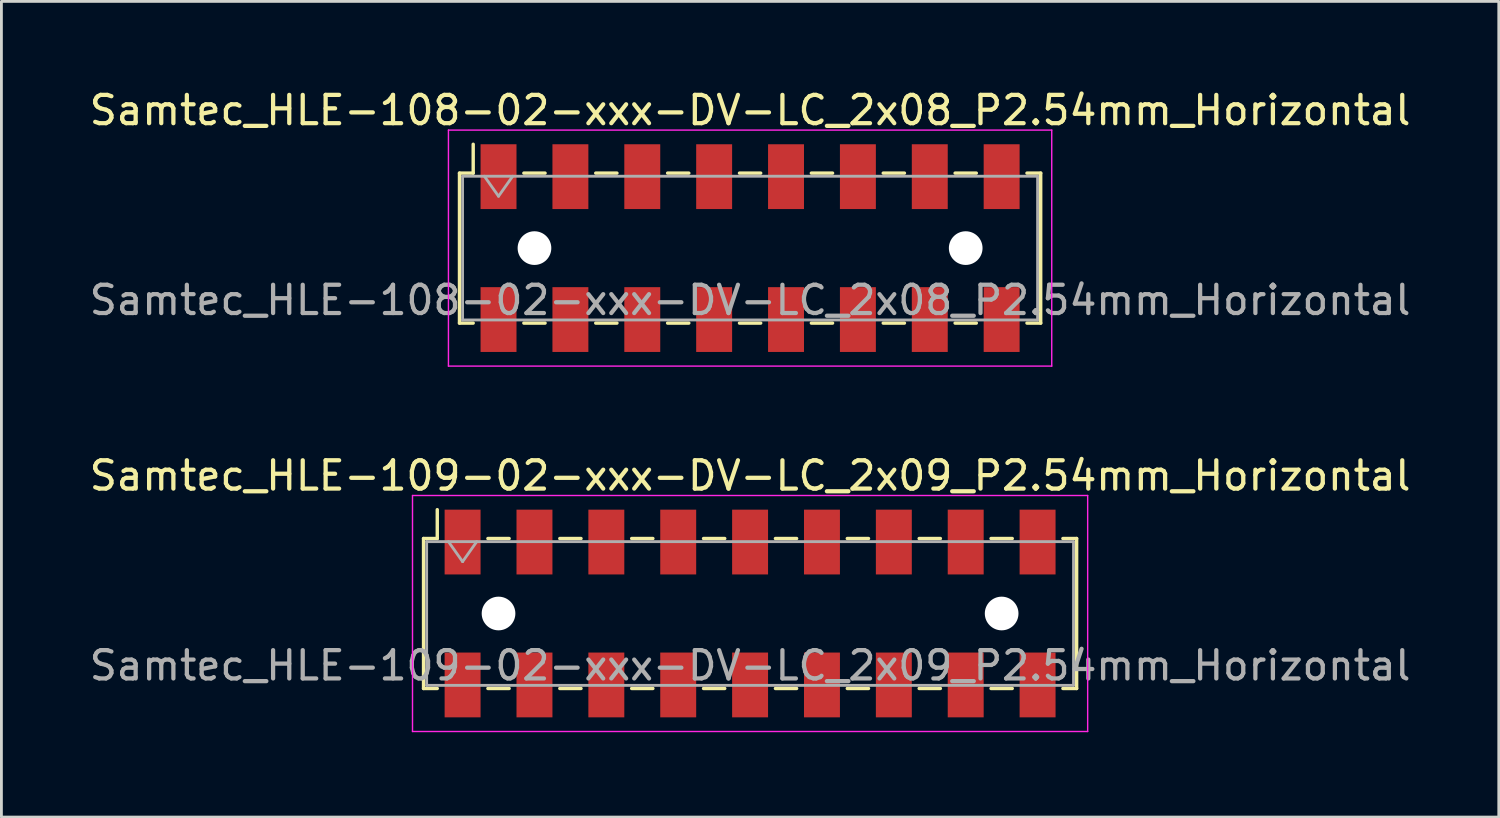
<source format=kicad_pcb>
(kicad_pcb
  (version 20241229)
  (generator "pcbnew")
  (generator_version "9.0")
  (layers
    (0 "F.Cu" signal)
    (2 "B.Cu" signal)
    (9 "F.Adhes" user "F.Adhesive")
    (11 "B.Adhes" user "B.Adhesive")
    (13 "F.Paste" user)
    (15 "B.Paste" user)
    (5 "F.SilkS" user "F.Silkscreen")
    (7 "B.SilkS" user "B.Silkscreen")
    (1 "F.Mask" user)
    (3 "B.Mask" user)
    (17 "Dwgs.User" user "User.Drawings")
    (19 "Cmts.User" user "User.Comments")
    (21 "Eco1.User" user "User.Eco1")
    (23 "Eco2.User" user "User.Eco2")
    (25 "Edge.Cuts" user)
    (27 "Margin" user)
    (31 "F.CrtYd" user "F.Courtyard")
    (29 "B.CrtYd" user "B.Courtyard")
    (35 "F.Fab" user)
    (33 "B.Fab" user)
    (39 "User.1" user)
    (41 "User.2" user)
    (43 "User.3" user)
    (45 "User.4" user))
  (footprint "Samtec_HLE-109-02-xxx-DV-LC_2x09_P2.54mm_Horizontal"
    (layer "F.Cu")
    (at 23.458 18.631)
    (property "Reference" "Samtec_HLE-109-02-xxx-DV-LC_2x09_P2.54mm_Horizontal" (at 0 -4.87 0) (layer "F.SilkS") (effects (font (size 1 1) (thickness 0.15))))
    (attr smd)
    (fp_line (start -11.54 -2.65) (end -11.54 2.65) (stroke (width 0.12) (type solid)) (layer "F.SilkS"))
    (fp_line (start -11.54 2.65) (end -11.055 2.65) (stroke (width 0.12) (type solid)) (layer "F.SilkS"))
    (fp_line (start -11.055 -3.67) (end -11.055 -2.65) (stroke (width 0.12) (type solid)) (layer "F.SilkS"))
    (fp_line (start -11.055 -2.65) (end -11.54 -2.65) (stroke (width 0.12) (type solid)) (layer "F.SilkS"))
    (fp_line (start -9.265 -2.65) (end -8.515 -2.65) (stroke (width 0.12) (type solid)) (layer "F.SilkS"))
    (fp_line (start -9.265 2.65) (end -8.515 2.65) (stroke (width 0.12) (type solid)) (layer "F.SilkS"))
    (fp_line (start -6.725 -2.65) (end -5.975 -2.65) (stroke (width 0.12) (type solid)) (layer "F.SilkS"))
    (fp_line (start -6.725 2.65) (end -5.975 2.65) (stroke (width 0.12) (type solid)) (layer "F.SilkS"))
    (fp_line (start -4.185 -2.65) (end -3.435 -2.65) (stroke (width 0.12) (type solid)) (layer "F.SilkS"))
    (fp_line (start -4.185 2.65) (end -3.435 2.65) (stroke (width 0.12) (type solid)) (layer "F.SilkS"))
    (fp_line (start -1.645 -2.65) (end -0.895 -2.65) (stroke (width 0.12) (type solid)) (layer "F.SilkS"))
    (fp_line (start -1.645 2.65) (end -0.895 2.65) (stroke (width 0.12) (type solid)) (layer "F.SilkS"))
    (fp_line (start 0.895 -2.65) (end 1.645 -2.65) (stroke (width 0.12) (type solid)) (layer "F.SilkS"))
    (fp_line (start 0.895 2.65) (end 1.645 2.65) (stroke (width 0.12) (type solid)) (layer "F.SilkS"))
    (fp_line (start 3.435 -2.65) (end 4.185 -2.65) (stroke (width 0.12) (type solid)) (layer "F.SilkS"))
    (fp_line (start 3.435 2.65) (end 4.185 2.65) (stroke (width 0.12) (type solid)) (layer "F.SilkS"))
    (fp_line (start 5.975 -2.65) (end 6.725 -2.65) (stroke (width 0.12) (type solid)) (layer "F.SilkS"))
    (fp_line (start 5.975 2.65) (end 6.725 2.65) (stroke (width 0.12) (type solid)) (layer "F.SilkS"))
    (fp_line (start 8.515 -2.65) (end 9.265 -2.65) (stroke (width 0.12) (type solid)) (layer "F.SilkS"))
    (fp_line (start 8.515 2.65) (end 9.265 2.65) (stroke (width 0.12) (type solid)) (layer "F.SilkS"))
    (fp_line (start 11.055 -2.65) (end 11.54 -2.65) (stroke (width 0.12) (type solid)) (layer "F.SilkS"))
    (fp_line (start 11.54 -2.65) (end 11.54 2.65) (stroke (width 0.12) (type solid)) (layer "F.SilkS"))
    (fp_line (start 11.54 2.65) (end 11.055 2.65) (stroke (width 0.12) (type solid)) (layer "F.SilkS"))
    (fp_line (start -11.93 -4.17) (end 11.93 -4.17) (stroke (width 0.05) (type solid)) (layer "F.CrtYd"))
    (fp_line (start -11.93 4.17) (end -11.93 -4.17) (stroke (width 0.05) (type solid)) (layer "F.CrtYd"))
    (fp_line (start 11.93 -4.17) (end 11.93 4.17) (stroke (width 0.05) (type solid)) (layer "F.CrtYd"))
    (fp_line (start 11.93 4.17) (end -11.93 4.17) (stroke (width 0.05) (type solid)) (layer "F.CrtYd"))
    (fp_line (start -11.43 -2.54) (end 11.43 -2.54) (stroke (width 0.1) (type solid)) (layer "F.Fab"))
    (fp_line (start -11.43 2.54) (end -11.43 -2.54) (stroke (width 0.1) (type solid)) (layer "F.Fab"))
    (fp_line (start -10.66 -2.54) (end -10.16 -1.833) (stroke (width 0.1) (type solid)) (layer "F.Fab"))
    (fp_line (start -10.16 -1.833) (end -9.66 -2.54) (stroke (width 0.1) (type solid)) (layer "F.Fab"))
    (fp_line (start 11.43 -2.54) (end 11.43 2.54) (stroke (width 0.1) (type solid)) (layer "F.Fab"))
    (fp_line (start 11.43 2.54) (end -11.43 2.54) (stroke (width 0.1) (type solid)) (layer "F.Fab"))
    (fp_text user "${REFERENCE}" (at 0 1.84 0) (layer "F.Fab") (effects (font (size 1 1) (thickness 0.15))))
    (pad "" np_thru_hole circle (at -8.89 0) (size 1.19 1.19) (drill 1.19) (layers "*.Cu" "*.Mask"))
    (pad "" np_thru_hole circle (at 8.89 0) (size 1.19 1.19) (drill 1.19) (layers "*.Cu" "*.Mask"))
    (pad "1" smd rect (at -10.16 -2.525) (size 1.27 2.29) (layers "F.Cu" "F.Mask" "F.Paste"))
    (pad "2" smd rect (at -10.16 2.525) (size 1.27 2.29) (layers "F.Cu" "F.Mask" "F.Paste"))
    (pad "3" smd rect (at -7.62 -2.525) (size 1.27 2.29) (layers "F.Cu" "F.Mask" "F.Paste"))
    (pad "4" smd rect (at -7.62 2.525) (size 1.27 2.29) (layers "F.Cu" "F.Mask" "F.Paste"))
    (pad "5" smd rect (at -5.08 -2.525) (size 1.27 2.29) (layers "F.Cu" "F.Mask" "F.Paste"))
    (pad "6" smd rect (at -5.08 2.525) (size 1.27 2.29) (layers "F.Cu" "F.Mask" "F.Paste"))
    (pad "7" smd rect (at -2.54 -2.525) (size 1.27 2.29) (layers "F.Cu" "F.Mask" "F.Paste"))
    (pad "8" smd rect (at -2.54 2.525) (size 1.27 2.29) (layers "F.Cu" "F.Mask" "F.Paste"))
    (pad "9" smd rect (at 0 -2.525) (size 1.27 2.29) (layers "F.Cu" "F.Mask" "F.Paste"))
    (pad "10" smd rect (at 0 2.525) (size 1.27 2.29) (layers "F.Cu" "F.Mask" "F.Paste"))
    (pad "11" smd rect (at 2.54 -2.525) (size 1.27 2.29) (layers "F.Cu" "F.Mask" "F.Paste"))
    (pad "12" smd rect (at 2.54 2.525) (size 1.27 2.29) (layers "F.Cu" "F.Mask" "F.Paste"))
    (pad "13" smd rect (at 5.08 -2.525) (size 1.27 2.29) (layers "F.Cu" "F.Mask" "F.Paste"))
    (pad "14" smd rect (at 5.08 2.525) (size 1.27 2.29) (layers "F.Cu" "F.Mask" "F.Paste"))
    (pad "15" smd rect (at 7.62 -2.525) (size 1.27 2.29) (layers "F.Cu" "F.Mask" "F.Paste"))
    (pad "16" smd rect (at 7.62 2.525) (size 1.27 2.29) (layers "F.Cu" "F.Mask" "F.Paste"))
    (pad "17" smd rect (at 10.16 -2.525) (size 1.27 2.29) (layers "F.Cu" "F.Mask" "F.Paste"))
    (pad "18" smd rect (at 10.16 2.525) (size 1.27 2.29) (layers "F.Cu" "F.Mask" "F.Paste")))
  (footprint "Samtec_HLE-108-02-xxx-DV-LC_2x08_P2.54mm_Horizontal"
    (layer "F.Cu")
    (at 23.458 5.718)
    (property "Reference" "Samtec_HLE-108-02-xxx-DV-LC_2x08_P2.54mm_Horizontal" (at 0 -4.87 0) (layer "F.SilkS") (effects (font (size 1 1) (thickness 0.15))))
    (attr smd)
    (fp_line (start -10.27 -2.65) (end -10.27 2.65) (stroke (width 0.12) (type solid)) (layer "F.SilkS"))
    (fp_line (start -10.27 2.65) (end -9.785 2.65) (stroke (width 0.12) (type solid)) (layer "F.SilkS"))
    (fp_line (start -9.785 -3.67) (end -9.785 -2.65) (stroke (width 0.12) (type solid)) (layer "F.SilkS"))
    (fp_line (start -9.785 -2.65) (end -10.27 -2.65) (stroke (width 0.12) (type solid)) (layer "F.SilkS"))
    (fp_line (start -7.995 -2.65) (end -7.245 -2.65) (stroke (width 0.12) (type solid)) (layer "F.SilkS"))
    (fp_line (start -7.995 2.65) (end -7.245 2.65) (stroke (width 0.12) (type solid)) (layer "F.SilkS"))
    (fp_line (start -5.455 -2.65) (end -4.705 -2.65) (stroke (width 0.12) (type solid)) (layer "F.SilkS"))
    (fp_line (start -5.455 2.65) (end -4.705 2.65) (stroke (width 0.12) (type solid)) (layer "F.SilkS"))
    (fp_line (start -2.915 -2.65) (end -2.165 -2.65) (stroke (width 0.12) (type solid)) (layer "F.SilkS"))
    (fp_line (start -2.915 2.65) (end -2.165 2.65) (stroke (width 0.12) (type solid)) (layer "F.SilkS"))
    (fp_line (start -0.375 -2.65) (end 0.375 -2.65) (stroke (width 0.12) (type solid)) (layer "F.SilkS"))
    (fp_line (start -0.375 2.65) (end 0.375 2.65) (stroke (width 0.12) (type solid)) (layer "F.SilkS"))
    (fp_line (start 2.165 -2.65) (end 2.915 -2.65) (stroke (width 0.12) (type solid)) (layer "F.SilkS"))
    (fp_line (start 2.165 2.65) (end 2.915 2.65) (stroke (width 0.12) (type solid)) (layer "F.SilkS"))
    (fp_line (start 4.705 -2.65) (end 5.455 -2.65) (stroke (width 0.12) (type solid)) (layer "F.SilkS"))
    (fp_line (start 4.705 2.65) (end 5.455 2.65) (stroke (width 0.12) (type solid)) (layer "F.SilkS"))
    (fp_line (start 7.245 -2.65) (end 7.995 -2.65) (stroke (width 0.12) (type solid)) (layer "F.SilkS"))
    (fp_line (start 7.245 2.65) (end 7.995 2.65) (stroke (width 0.12) (type solid)) (layer "F.SilkS"))
    (fp_line (start 9.785 -2.65) (end 10.27 -2.65) (stroke (width 0.12) (type solid)) (layer "F.SilkS"))
    (fp_line (start 10.27 -2.65) (end 10.27 2.65) (stroke (width 0.12) (type solid)) (layer "F.SilkS"))
    (fp_line (start 10.27 2.65) (end 9.785 2.65) (stroke (width 0.12) (type solid)) (layer "F.SilkS"))
    (fp_line (start -10.66 -4.17) (end 10.66 -4.17) (stroke (width 0.05) (type solid)) (layer "F.CrtYd"))
    (fp_line (start -10.66 4.17) (end -10.66 -4.17) (stroke (width 0.05) (type solid)) (layer "F.CrtYd"))
    (fp_line (start 10.66 -4.17) (end 10.66 4.17) (stroke (width 0.05) (type solid)) (layer "F.CrtYd"))
    (fp_line (start 10.66 4.17) (end -10.66 4.17) (stroke (width 0.05) (type solid)) (layer "F.CrtYd"))
    (fp_line (start -10.16 -2.54) (end 10.16 -2.54) (stroke (width 0.1) (type solid)) (layer "F.Fab"))
    (fp_line (start -10.16 2.54) (end -10.16 -2.54) (stroke (width 0.1) (type solid)) (layer "F.Fab"))
    (fp_line (start -9.39 -2.54) (end -8.89 -1.833) (stroke (width 0.1) (type solid)) (layer "F.Fab"))
    (fp_line (start -8.89 -1.833) (end -8.39 -2.54) (stroke (width 0.1) (type solid)) (layer "F.Fab"))
    (fp_line (start 10.16 -2.54) (end 10.16 2.54) (stroke (width 0.1) (type solid)) (layer "F.Fab"))
    (fp_line (start 10.16 2.54) (end -10.16 2.54) (stroke (width 0.1) (type solid)) (layer "F.Fab"))
    (fp_text user "${REFERENCE}" (at 0 1.84 0) (layer "F.Fab") (effects (font (size 1 1) (thickness 0.15))))
    (pad "" np_thru_hole circle (at -7.62 0) (size 1.19 1.19) (drill 1.19) (layers "*.Cu" "*.Mask"))
    (pad "" np_thru_hole circle (at 7.62 0) (size 1.19 1.19) (drill 1.19) (layers "*.Cu" "*.Mask"))
    (pad "1" smd rect (at -8.89 -2.525) (size 1.27 2.29) (layers "F.Cu" "F.Mask" "F.Paste"))
    (pad "2" smd rect (at -8.89 2.525) (size 1.27 2.29) (layers "F.Cu" "F.Mask" "F.Paste"))
    (pad "3" smd rect (at -6.35 -2.525) (size 1.27 2.29) (layers "F.Cu" "F.Mask" "F.Paste"))
    (pad "4" smd rect (at -6.35 2.525) (size 1.27 2.29) (layers "F.Cu" "F.Mask" "F.Paste"))
    (pad "5" smd rect (at -3.81 -2.525) (size 1.27 2.29) (layers "F.Cu" "F.Mask" "F.Paste"))
    (pad "6" smd rect (at -3.81 2.525) (size 1.27 2.29) (layers "F.Cu" "F.Mask" "F.Paste"))
    (pad "7" smd rect (at -1.27 -2.525) (size 1.27 2.29) (layers "F.Cu" "F.Mask" "F.Paste"))
    (pad "8" smd rect (at -1.27 2.525) (size 1.27 2.29) (layers "F.Cu" "F.Mask" "F.Paste"))
    (pad "9" smd rect (at 1.27 -2.525) (size 1.27 2.29) (layers "F.Cu" "F.Mask" "F.Paste"))
    (pad "10" smd rect (at 1.27 2.525) (size 1.27 2.29) (layers "F.Cu" "F.Mask" "F.Paste"))
    (pad "11" smd rect (at 3.81 -2.525) (size 1.27 2.29) (layers "F.Cu" "F.Mask" "F.Paste"))
    (pad "12" smd rect (at 3.81 2.525) (size 1.27 2.29) (layers "F.Cu" "F.Mask" "F.Paste"))
    (pad "13" smd rect (at 6.35 -2.525) (size 1.27 2.29) (layers "F.Cu" "F.Mask" "F.Paste"))
    (pad "14" smd rect (at 6.35 2.525) (size 1.27 2.29) (layers "F.Cu" "F.Mask" "F.Paste"))
    (pad "15" smd rect (at 8.89 -2.525) (size 1.27 2.29) (layers "F.Cu" "F.Mask" "F.Paste"))
    (pad "16" smd rect (at 8.89 2.525) (size 1.27 2.29) (layers "F.Cu" "F.Mask" "F.Paste")))
  (gr_rect
    (start -3 -3)
    (end 49.917 25.826)
    (stroke (width 0.1) (type default))
    (fill no)
    (layer "Edge.Cuts")))
</source>
